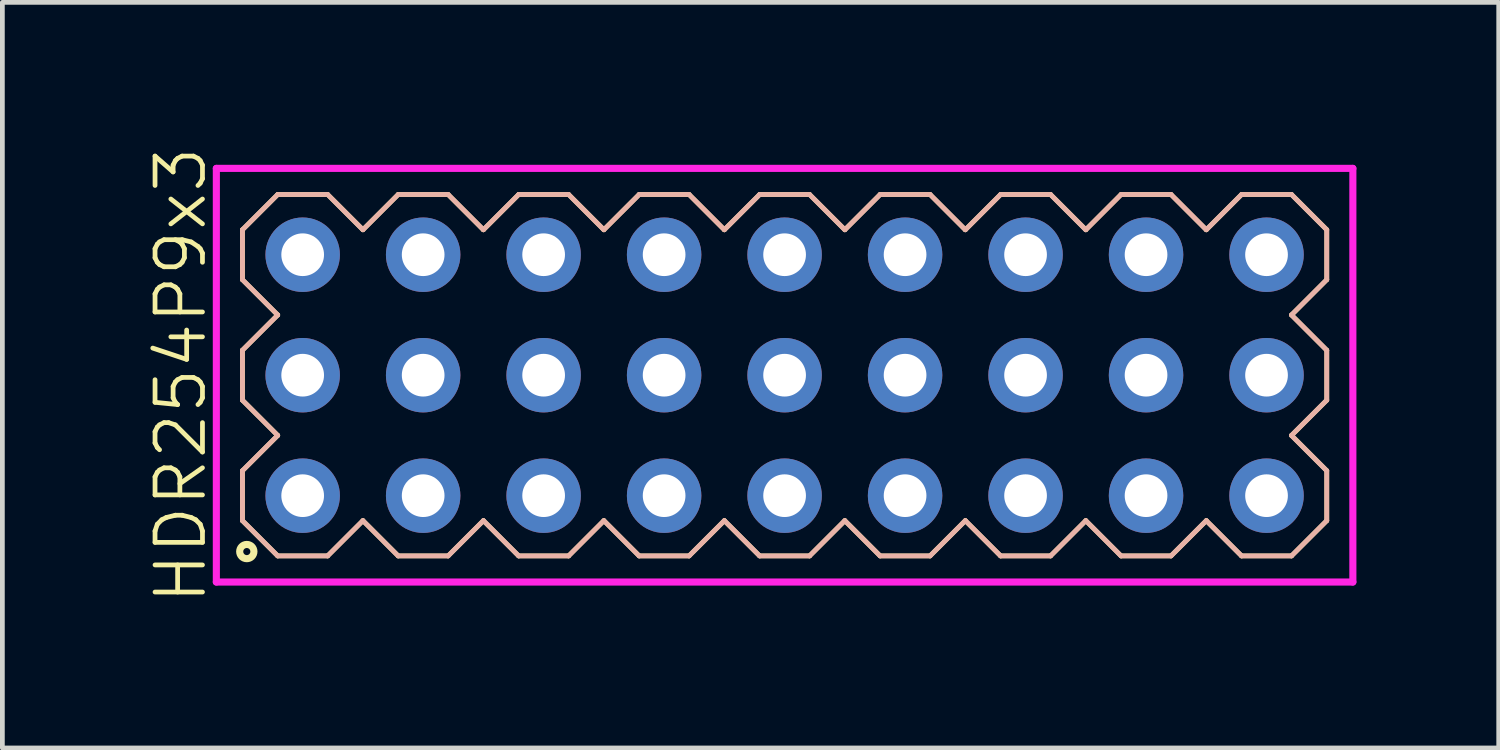
<source format=kicad_pcb>
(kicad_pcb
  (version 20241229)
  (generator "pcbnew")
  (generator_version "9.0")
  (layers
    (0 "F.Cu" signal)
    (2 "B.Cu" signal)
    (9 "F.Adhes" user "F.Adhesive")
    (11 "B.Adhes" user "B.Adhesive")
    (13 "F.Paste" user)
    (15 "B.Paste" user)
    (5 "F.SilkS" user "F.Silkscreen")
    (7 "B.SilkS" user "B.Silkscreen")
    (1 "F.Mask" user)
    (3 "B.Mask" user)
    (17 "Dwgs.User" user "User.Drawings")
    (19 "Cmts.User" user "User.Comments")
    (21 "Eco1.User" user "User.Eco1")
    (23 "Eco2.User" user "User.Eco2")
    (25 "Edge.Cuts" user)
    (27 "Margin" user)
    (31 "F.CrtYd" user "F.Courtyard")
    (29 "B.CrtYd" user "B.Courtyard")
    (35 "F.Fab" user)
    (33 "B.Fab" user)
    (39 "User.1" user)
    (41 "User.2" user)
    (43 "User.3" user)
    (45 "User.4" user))
  (footprint "HDR254P9x3"
    (layer "F.Cu")
    (at 13.491 4.86)
    (property "Reference" "HDR254P9x3" (at -12.73 0 90) (layer "F.SilkS") (effects (font (size 1 1) (thickness 0.1))))
    (attr through_hole)
    (fp_line (start -11.43 -3.066) (end -10.686 -3.81) (stroke (width 0.1) (type solid)) (layer "F.SilkS"))
    (fp_line (start -11.43 -2.014) (end -11.43 -3.066) (stroke (width 0.1) (type solid)) (layer "F.SilkS"))
    (fp_line (start -11.43 -0.526) (end -10.686 -1.27) (stroke (width 0.1) (type solid)) (layer "F.SilkS"))
    (fp_line (start -11.43 0.526) (end -11.43 -0.526) (stroke (width 0.1) (type solid)) (layer "F.SilkS"))
    (fp_line (start -11.43 2.014) (end -10.686 1.27) (stroke (width 0.1) (type solid)) (layer "F.SilkS"))
    (fp_line (start -11.43 3.066) (end -11.43 2.014) (stroke (width 0.1) (type solid)) (layer "F.SilkS"))
    (fp_line (start -10.686 -3.81) (end -9.634 -3.81) (stroke (width 0.1) (type solid)) (layer "F.SilkS"))
    (fp_line (start -10.686 -1.27) (end -11.43 -2.014) (stroke (width 0.1) (type solid)) (layer "F.SilkS"))
    (fp_line (start -10.686 1.27) (end -11.43 0.526) (stroke (width 0.1) (type solid)) (layer "F.SilkS"))
    (fp_line (start -10.686 3.81) (end -11.43 3.066) (stroke (width 0.1) (type solid)) (layer "F.SilkS"))
    (fp_line (start -9.634 -3.81) (end -8.89 -3.066) (stroke (width 0.1) (type solid)) (layer "F.SilkS"))
    (fp_line (start -9.634 3.81) (end -10.686 3.81) (stroke (width 0.1) (type solid)) (layer "F.SilkS"))
    (fp_line (start -8.89 -3.066) (end -8.146 -3.81) (stroke (width 0.1) (type solid)) (layer "F.SilkS"))
    (fp_line (start -8.89 3.066) (end -9.634 3.81) (stroke (width 0.1) (type solid)) (layer "F.SilkS"))
    (fp_line (start -8.146 -3.81) (end -7.094 -3.81) (stroke (width 0.1) (type solid)) (layer "F.SilkS"))
    (fp_line (start -8.146 3.81) (end -8.89 3.066) (stroke (width 0.1) (type solid)) (layer "F.SilkS"))
    (fp_line (start -7.094 -3.81) (end -6.35 -3.066) (stroke (width 0.1) (type solid)) (layer "F.SilkS"))
    (fp_line (start -7.094 3.81) (end -8.146 3.81) (stroke (width 0.1) (type solid)) (layer "F.SilkS"))
    (fp_line (start -6.35 -3.066) (end -5.606 -3.81) (stroke (width 0.1) (type solid)) (layer "F.SilkS"))
    (fp_line (start -6.35 3.066) (end -7.094 3.81) (stroke (width 0.1) (type solid)) (layer "F.SilkS"))
    (fp_line (start -5.606 -3.81) (end -4.554 -3.81) (stroke (width 0.1) (type solid)) (layer "F.SilkS"))
    (fp_line (start -5.606 3.81) (end -6.35 3.066) (stroke (width 0.1) (type solid)) (layer "F.SilkS"))
    (fp_line (start -4.554 -3.81) (end -3.81 -3.066) (stroke (width 0.1) (type solid)) (layer "F.SilkS"))
    (fp_line (start -4.554 3.81) (end -5.606 3.81) (stroke (width 0.1) (type solid)) (layer "F.SilkS"))
    (fp_line (start -3.81 -3.066) (end -3.066 -3.81) (stroke (width 0.1) (type solid)) (layer "F.SilkS"))
    (fp_line (start -3.81 3.066) (end -4.554 3.81) (stroke (width 0.1) (type solid)) (layer "F.SilkS"))
    (fp_line (start -3.066 -3.81) (end -2.014 -3.81) (stroke (width 0.1) (type solid)) (layer "F.SilkS"))
    (fp_line (start -3.066 3.81) (end -3.81 3.066) (stroke (width 0.1) (type solid)) (layer "F.SilkS"))
    (fp_line (start -2.014 -3.81) (end -1.27 -3.066) (stroke (width 0.1) (type solid)) (layer "F.SilkS"))
    (fp_line (start -2.014 3.81) (end -3.066 3.81) (stroke (width 0.1) (type solid)) (layer "F.SilkS"))
    (fp_line (start -1.27 -3.066) (end -0.526 -3.81) (stroke (width 0.1) (type solid)) (layer "F.SilkS"))
    (fp_line (start -1.27 3.066) (end -2.014 3.81) (stroke (width 0.1) (type solid)) (layer "F.SilkS"))
    (fp_line (start -0.526 -3.81) (end 0.526 -3.81) (stroke (width 0.1) (type solid)) (layer "F.SilkS"))
    (fp_line (start -0.526 3.81) (end -1.27 3.066) (stroke (width 0.1) (type solid)) (layer "F.SilkS"))
    (fp_line (start 0.526 -3.81) (end 1.27 -3.066) (stroke (width 0.1) (type solid)) (layer "F.SilkS"))
    (fp_line (start 0.526 3.81) (end -0.526 3.81) (stroke (width 0.1) (type solid)) (layer "F.SilkS"))
    (fp_line (start 1.27 -3.066) (end 2.014 -3.81) (stroke (width 0.1) (type solid)) (layer "F.SilkS"))
    (fp_line (start 1.27 3.066) (end 0.526 3.81) (stroke (width 0.1) (type solid)) (layer "F.SilkS"))
    (fp_line (start 2.014 -3.81) (end 3.066 -3.81) (stroke (width 0.1) (type solid)) (layer "F.SilkS"))
    (fp_line (start 2.014 3.81) (end 1.27 3.066) (stroke (width 0.1) (type solid)) (layer "F.SilkS"))
    (fp_line (start 3.066 -3.81) (end 3.81 -3.066) (stroke (width 0.1) (type solid)) (layer "F.SilkS"))
    (fp_line (start 3.066 3.81) (end 2.014 3.81) (stroke (width 0.1) (type solid)) (layer "F.SilkS"))
    (fp_line (start 3.81 -3.066) (end 4.554 -3.81) (stroke (width 0.1) (type solid)) (layer "F.SilkS"))
    (fp_line (start 3.81 3.066) (end 3.066 3.81) (stroke (width 0.1) (type solid)) (layer "F.SilkS"))
    (fp_line (start 4.554 -3.81) (end 5.606 -3.81) (stroke (width 0.1) (type solid)) (layer "F.SilkS"))
    (fp_line (start 4.554 3.81) (end 3.81 3.066) (stroke (width 0.1) (type solid)) (layer "F.SilkS"))
    (fp_line (start 5.606 -3.81) (end 6.35 -3.066) (stroke (width 0.1) (type solid)) (layer "F.SilkS"))
    (fp_line (start 5.606 3.81) (end 4.554 3.81) (stroke (width 0.1) (type solid)) (layer "F.SilkS"))
    (fp_line (start 6.35 -3.066) (end 7.094 -3.81) (stroke (width 0.1) (type solid)) (layer "F.SilkS"))
    (fp_line (start 6.35 3.066) (end 5.606 3.81) (stroke (width 0.1) (type solid)) (layer "F.SilkS"))
    (fp_line (start 7.094 -3.81) (end 8.146 -3.81) (stroke (width 0.1) (type solid)) (layer "F.SilkS"))
    (fp_line (start 7.094 3.81) (end 6.35 3.066) (stroke (width 0.1) (type solid)) (layer "F.SilkS"))
    (fp_line (start 8.146 -3.81) (end 8.89 -3.066) (stroke (width 0.1) (type solid)) (layer "F.SilkS"))
    (fp_line (start 8.146 3.81) (end 7.094 3.81) (stroke (width 0.1) (type solid)) (layer "F.SilkS"))
    (fp_line (start 8.89 -3.066) (end 9.634 -3.81) (stroke (width 0.1) (type solid)) (layer "F.SilkS"))
    (fp_line (start 8.89 3.066) (end 8.146 3.81) (stroke (width 0.1) (type solid)) (layer "F.SilkS"))
    (fp_line (start 9.634 -3.81) (end 10.686 -3.81) (stroke (width 0.1) (type solid)) (layer "F.SilkS"))
    (fp_line (start 9.634 3.81) (end 8.89 3.066) (stroke (width 0.1) (type solid)) (layer "F.SilkS"))
    (fp_line (start 10.686 -3.81) (end 11.43 -3.066) (stroke (width 0.1) (type solid)) (layer "F.SilkS"))
    (fp_line (start 10.686 -1.27) (end 11.43 -0.526) (stroke (width 0.1) (type solid)) (layer "F.SilkS"))
    (fp_line (start 10.686 1.27) (end 11.43 2.014) (stroke (width 0.1) (type solid)) (layer "F.SilkS"))
    (fp_line (start 10.686 3.81) (end 9.634 3.81) (stroke (width 0.1) (type solid)) (layer "F.SilkS"))
    (fp_line (start 11.43 -3.066) (end 11.43 -2.014) (stroke (width 0.1) (type solid)) (layer "F.SilkS"))
    (fp_line (start 11.43 -2.014) (end 10.686 -1.27) (stroke (width 0.1) (type solid)) (layer "F.SilkS"))
    (fp_line (start 11.43 -0.526) (end 11.43 0.526) (stroke (width 0.1) (type solid)) (layer "F.SilkS"))
    (fp_line (start 11.43 0.526) (end 10.686 1.27) (stroke (width 0.1) (type solid)) (layer "F.SilkS"))
    (fp_line (start 11.43 2.014) (end 11.43 3.066) (stroke (width 0.1) (type solid)) (layer "F.SilkS"))
    (fp_line (start 11.43 3.066) (end 10.686 3.81) (stroke (width 0.1) (type solid)) (layer "F.SilkS"))
    (fp_circle (center -11.338 3.718) (end -11.188 3.718) (stroke (width 0.15) (type solid)) (fill no) (layer "F.SilkS"))
    (fp_line (start -11.43 -3.066) (end -10.686 -3.81) (stroke (width 0.1) (type solid)) (layer "B.SilkS"))
    (fp_line (start -11.43 -2.014) (end -11.43 -3.066) (stroke (width 0.1) (type solid)) (layer "B.SilkS"))
    (fp_line (start -11.43 -0.526) (end -10.686 -1.27) (stroke (width 0.1) (type solid)) (layer "B.SilkS"))
    (fp_line (start -11.43 0.526) (end -11.43 -0.526) (stroke (width 0.1) (type solid)) (layer "B.SilkS"))
    (fp_line (start -11.43 2.014) (end -10.686 1.27) (stroke (width 0.1) (type solid)) (layer "B.SilkS"))
    (fp_line (start -11.43 3.066) (end -11.43 2.014) (stroke (width 0.1) (type solid)) (layer "B.SilkS"))
    (fp_line (start -10.686 -3.81) (end -9.634 -3.81) (stroke (width 0.1) (type solid)) (layer "B.SilkS"))
    (fp_line (start -10.686 -1.27) (end -11.43 -2.014) (stroke (width 0.1) (type solid)) (layer "B.SilkS"))
    (fp_line (start -10.686 1.27) (end -11.43 0.526) (stroke (width 0.1) (type solid)) (layer "B.SilkS"))
    (fp_line (start -10.686 3.81) (end -11.43 3.066) (stroke (width 0.1) (type solid)) (layer "B.SilkS"))
    (fp_line (start -9.634 -3.81) (end -8.89 -3.066) (stroke (width 0.1) (type solid)) (layer "B.SilkS"))
    (fp_line (start -9.634 3.81) (end -10.686 3.81) (stroke (width 0.1) (type solid)) (layer "B.SilkS"))
    (fp_line (start -8.89 -3.066) (end -8.146 -3.81) (stroke (width 0.1) (type solid)) (layer "B.SilkS"))
    (fp_line (start -8.89 3.066) (end -9.634 3.81) (stroke (width 0.1) (type solid)) (layer "B.SilkS"))
    (fp_line (start -8.146 -3.81) (end -7.094 -3.81) (stroke (width 0.1) (type solid)) (layer "B.SilkS"))
    (fp_line (start -8.146 3.81) (end -8.89 3.066) (stroke (width 0.1) (type solid)) (layer "B.SilkS"))
    (fp_line (start -7.094 -3.81) (end -6.35 -3.066) (stroke (width 0.1) (type solid)) (layer "B.SilkS"))
    (fp_line (start -7.094 3.81) (end -8.146 3.81) (stroke (width 0.1) (type solid)) (layer "B.SilkS"))
    (fp_line (start -6.35 -3.066) (end -5.606 -3.81) (stroke (width 0.1) (type solid)) (layer "B.SilkS"))
    (fp_line (start -6.35 3.066) (end -7.094 3.81) (stroke (width 0.1) (type solid)) (layer "B.SilkS"))
    (fp_line (start -5.606 -3.81) (end -4.554 -3.81) (stroke (width 0.1) (type solid)) (layer "B.SilkS"))
    (fp_line (start -5.606 3.81) (end -6.35 3.066) (stroke (width 0.1) (type solid)) (layer "B.SilkS"))
    (fp_line (start -4.554 -3.81) (end -3.81 -3.066) (stroke (width 0.1) (type solid)) (layer "B.SilkS"))
    (fp_line (start -4.554 3.81) (end -5.606 3.81) (stroke (width 0.1) (type solid)) (layer "B.SilkS"))
    (fp_line (start -3.81 -3.066) (end -3.066 -3.81) (stroke (width 0.1) (type solid)) (layer "B.SilkS"))
    (fp_line (start -3.81 3.066) (end -4.554 3.81) (stroke (width 0.1) (type solid)) (layer "B.SilkS"))
    (fp_line (start -3.066 -3.81) (end -2.014 -3.81) (stroke (width 0.1) (type solid)) (layer "B.SilkS"))
    (fp_line (start -3.066 3.81) (end -3.81 3.066) (stroke (width 0.1) (type solid)) (layer "B.SilkS"))
    (fp_line (start -2.014 -3.81) (end -1.27 -3.066) (stroke (width 0.1) (type solid)) (layer "B.SilkS"))
    (fp_line (start -2.014 3.81) (end -3.066 3.81) (stroke (width 0.1) (type solid)) (layer "B.SilkS"))
    (fp_line (start -1.27 -3.066) (end -0.526 -3.81) (stroke (width 0.1) (type solid)) (layer "B.SilkS"))
    (fp_line (start -1.27 3.066) (end -2.014 3.81) (stroke (width 0.1) (type solid)) (layer "B.SilkS"))
    (fp_line (start -0.526 -3.81) (end 0.526 -3.81) (stroke (width 0.1) (type solid)) (layer "B.SilkS"))
    (fp_line (start -0.526 3.81) (end -1.27 3.066) (stroke (width 0.1) (type solid)) (layer "B.SilkS"))
    (fp_line (start 0.526 -3.81) (end 1.27 -3.066) (stroke (width 0.1) (type solid)) (layer "B.SilkS"))
    (fp_line (start 0.526 3.81) (end -0.526 3.81) (stroke (width 0.1) (type solid)) (layer "B.SilkS"))
    (fp_line (start 1.27 -3.066) (end 2.014 -3.81) (stroke (width 0.1) (type solid)) (layer "B.SilkS"))
    (fp_line (start 1.27 3.066) (end 0.526 3.81) (stroke (width 0.1) (type solid)) (layer "B.SilkS"))
    (fp_line (start 2.014 -3.81) (end 3.066 -3.81) (stroke (width 0.1) (type solid)) (layer "B.SilkS"))
    (fp_line (start 2.014 3.81) (end 1.27 3.066) (stroke (width 0.1) (type solid)) (layer "B.SilkS"))
    (fp_line (start 3.066 -3.81) (end 3.81 -3.066) (stroke (width 0.1) (type solid)) (layer "B.SilkS"))
    (fp_line (start 3.066 3.81) (end 2.014 3.81) (stroke (width 0.1) (type solid)) (layer "B.SilkS"))
    (fp_line (start 3.81 -3.066) (end 4.554 -3.81) (stroke (width 0.1) (type solid)) (layer "B.SilkS"))
    (fp_line (start 3.81 3.066) (end 3.066 3.81) (stroke (width 0.1) (type solid)) (layer "B.SilkS"))
    (fp_line (start 4.554 -3.81) (end 5.606 -3.81) (stroke (width 0.1) (type solid)) (layer "B.SilkS"))
    (fp_line (start 4.554 3.81) (end 3.81 3.066) (stroke (width 0.1) (type solid)) (layer "B.SilkS"))
    (fp_line (start 5.606 -3.81) (end 6.35 -3.066) (stroke (width 0.1) (type solid)) (layer "B.SilkS"))
    (fp_line (start 5.606 3.81) (end 4.554 3.81) (stroke (width 0.1) (type solid)) (layer "B.SilkS"))
    (fp_line (start 6.35 -3.066) (end 7.094 -3.81) (stroke (width 0.1) (type solid)) (layer "B.SilkS"))
    (fp_line (start 6.35 3.066) (end 5.606 3.81) (stroke (width 0.1) (type solid)) (layer "B.SilkS"))
    (fp_line (start 7.094 -3.81) (end 8.146 -3.81) (stroke (width 0.1) (type solid)) (layer "B.SilkS"))
    (fp_line (start 7.094 3.81) (end 6.35 3.066) (stroke (width 0.1) (type solid)) (layer "B.SilkS"))
    (fp_line (start 8.146 -3.81) (end 8.89 -3.066) (stroke (width 0.1) (type solid)) (layer "B.SilkS"))
    (fp_line (start 8.146 3.81) (end 7.094 3.81) (stroke (width 0.1) (type solid)) (layer "B.SilkS"))
    (fp_line (start 8.89 -3.066) (end 9.634 -3.81) (stroke (width 0.1) (type solid)) (layer "B.SilkS"))
    (fp_line (start 8.89 3.066) (end 8.146 3.81) (stroke (width 0.1) (type solid)) (layer "B.SilkS"))
    (fp_line (start 9.634 -3.81) (end 10.686 -3.81) (stroke (width 0.1) (type solid)) (layer "B.SilkS"))
    (fp_line (start 9.634 3.81) (end 8.89 3.066) (stroke (width 0.1) (type solid)) (layer "B.SilkS"))
    (fp_line (start 10.686 -3.81) (end 11.43 -3.066) (stroke (width 0.1) (type solid)) (layer "B.SilkS"))
    (fp_line (start 10.686 -1.27) (end 11.43 -0.526) (stroke (width 0.1) (type solid)) (layer "B.SilkS"))
    (fp_line (start 10.686 1.27) (end 11.43 2.014) (stroke (width 0.1) (type solid)) (layer "B.SilkS"))
    (fp_line (start 10.686 3.81) (end 9.634 3.81) (stroke (width 0.1) (type solid)) (layer "B.SilkS"))
    (fp_line (start 11.43 -3.066) (end 11.43 -2.014) (stroke (width 0.1) (type solid)) (layer "B.SilkS"))
    (fp_line (start 11.43 -2.014) (end 10.686 -1.27) (stroke (width 0.1) (type solid)) (layer "B.SilkS"))
    (fp_line (start 11.43 -0.526) (end 11.43 0.526) (stroke (width 0.1) (type solid)) (layer "B.SilkS"))
    (fp_line (start 11.43 0.526) (end 10.686 1.27) (stroke (width 0.1) (type solid)) (layer "B.SilkS"))
    (fp_line (start 11.43 2.014) (end 11.43 3.066) (stroke (width 0.1) (type solid)) (layer "B.SilkS"))
    (fp_line (start 11.43 3.066) (end 10.686 3.81) (stroke (width 0.1) (type solid)) (layer "B.SilkS"))
    (fp_line (start -11.98 -4.36) (end -11.98 4.36) (stroke (width 0.15) (type solid)) (layer "F.CrtYd"))
    (fp_line (start -11.98 4.36) (end 11.98 4.36) (stroke (width 0.15) (type solid)) (layer "F.CrtYd"))
    (fp_line (start 11.98 -4.36) (end -11.98 -4.36) (stroke (width 0.15) (type solid)) (layer "F.CrtYd"))
    (fp_line (start 11.98 4.36) (end 11.98 -4.36) (stroke (width 0.15) (type solid)) (layer "F.CrtYd"))
    (pad "1" thru_hole oval (at -10.16 2.54) (size 1.57 1.57) (drill 0.9) (layers "*.Cu"))
    (pad "2" thru_hole oval (at -10.16 0) (size 1.57 1.57) (drill 0.9) (layers "*.Cu"))
    (pad "3" thru_hole oval (at -10.16 -2.54) (size 1.57 1.57) (drill 0.9) (layers "*.Cu"))
    (pad "4" thru_hole oval (at -7.62 2.54) (size 1.57 1.57) (drill 0.9) (layers "*.Cu"))
    (pad "5" thru_hole oval (at -7.62 0) (size 1.57 1.57) (drill 0.9) (layers "*.Cu"))
    (pad "6" thru_hole oval (at -7.62 -2.54) (size 1.57 1.57) (drill 0.9) (layers "*.Cu"))
    (pad "7" thru_hole oval (at -5.08 2.54) (size 1.57 1.57) (drill 0.9) (layers "*.Cu"))
    (pad "8" thru_hole oval (at -5.08 0) (size 1.57 1.57) (drill 0.9) (layers "*.Cu"))
    (pad "9" thru_hole oval (at -5.08 -2.54) (size 1.57 1.57) (drill 0.9) (layers "*.Cu"))
    (pad "10" thru_hole oval (at -2.54 2.54) (size 1.57 1.57) (drill 0.9) (layers "*.Cu"))
    (pad "11" thru_hole oval (at -2.54 0) (size 1.57 1.57) (drill 0.9) (layers "*.Cu"))
    (pad "12" thru_hole oval (at -2.54 -2.54) (size 1.57 1.57) (drill 0.9) (layers "*.Cu"))
    (pad "13" thru_hole oval (at 0 2.54) (size 1.57 1.57) (drill 0.9) (layers "*.Cu"))
    (pad "14" thru_hole oval (at 0 0) (size 1.57 1.57) (drill 0.9) (layers "*.Cu"))
    (pad "15" thru_hole oval (at 0 -2.54) (size 1.57 1.57) (drill 0.9) (layers "*.Cu"))
    (pad "16" thru_hole oval (at 2.54 2.54) (size 1.57 1.57) (drill 0.9) (layers "*.Cu"))
    (pad "17" thru_hole oval (at 2.54 0) (size 1.57 1.57) (drill 0.9) (layers "*.Cu"))
    (pad "18" thru_hole oval (at 2.54 -2.54) (size 1.57 1.57) (drill 0.9) (layers "*.Cu"))
    (pad "19" thru_hole oval (at 5.08 2.54) (size 1.57 1.57) (drill 0.9) (layers "*.Cu"))
    (pad "20" thru_hole oval (at 5.08 0) (size 1.57 1.57) (drill 0.9) (layers "*.Cu"))
    (pad "21" thru_hole oval (at 5.08 -2.54) (size 1.57 1.57) (drill 0.9) (layers "*.Cu"))
    (pad "22" thru_hole oval (at 7.62 2.54) (size 1.57 1.57) (drill 0.9) (layers "*.Cu"))
    (pad "23" thru_hole oval (at 7.62 0) (size 1.57 1.57) (drill 0.9) (layers "*.Cu"))
    (pad "24" thru_hole oval (at 7.62 -2.54) (size 1.57 1.57) (drill 0.9) (layers "*.Cu"))
    (pad "25" thru_hole oval (at 10.16 2.54) (size 1.57 1.57) (drill 0.9) (layers "*.Cu"))
    (pad "26" thru_hole oval (at 10.16 0) (size 1.57 1.57) (drill 0.9) (layers "*.Cu"))
    (pad "27" thru_hole oval (at 10.16 -2.54) (size 1.57 1.57) (drill 0.9) (layers "*.Cu")))
  (gr_rect
    (start -3 -3)
    (end 28.546 12.719)
    (stroke (width 0.1) (type default))
    (fill no)
    (layer "Edge.Cuts")))
</source>
